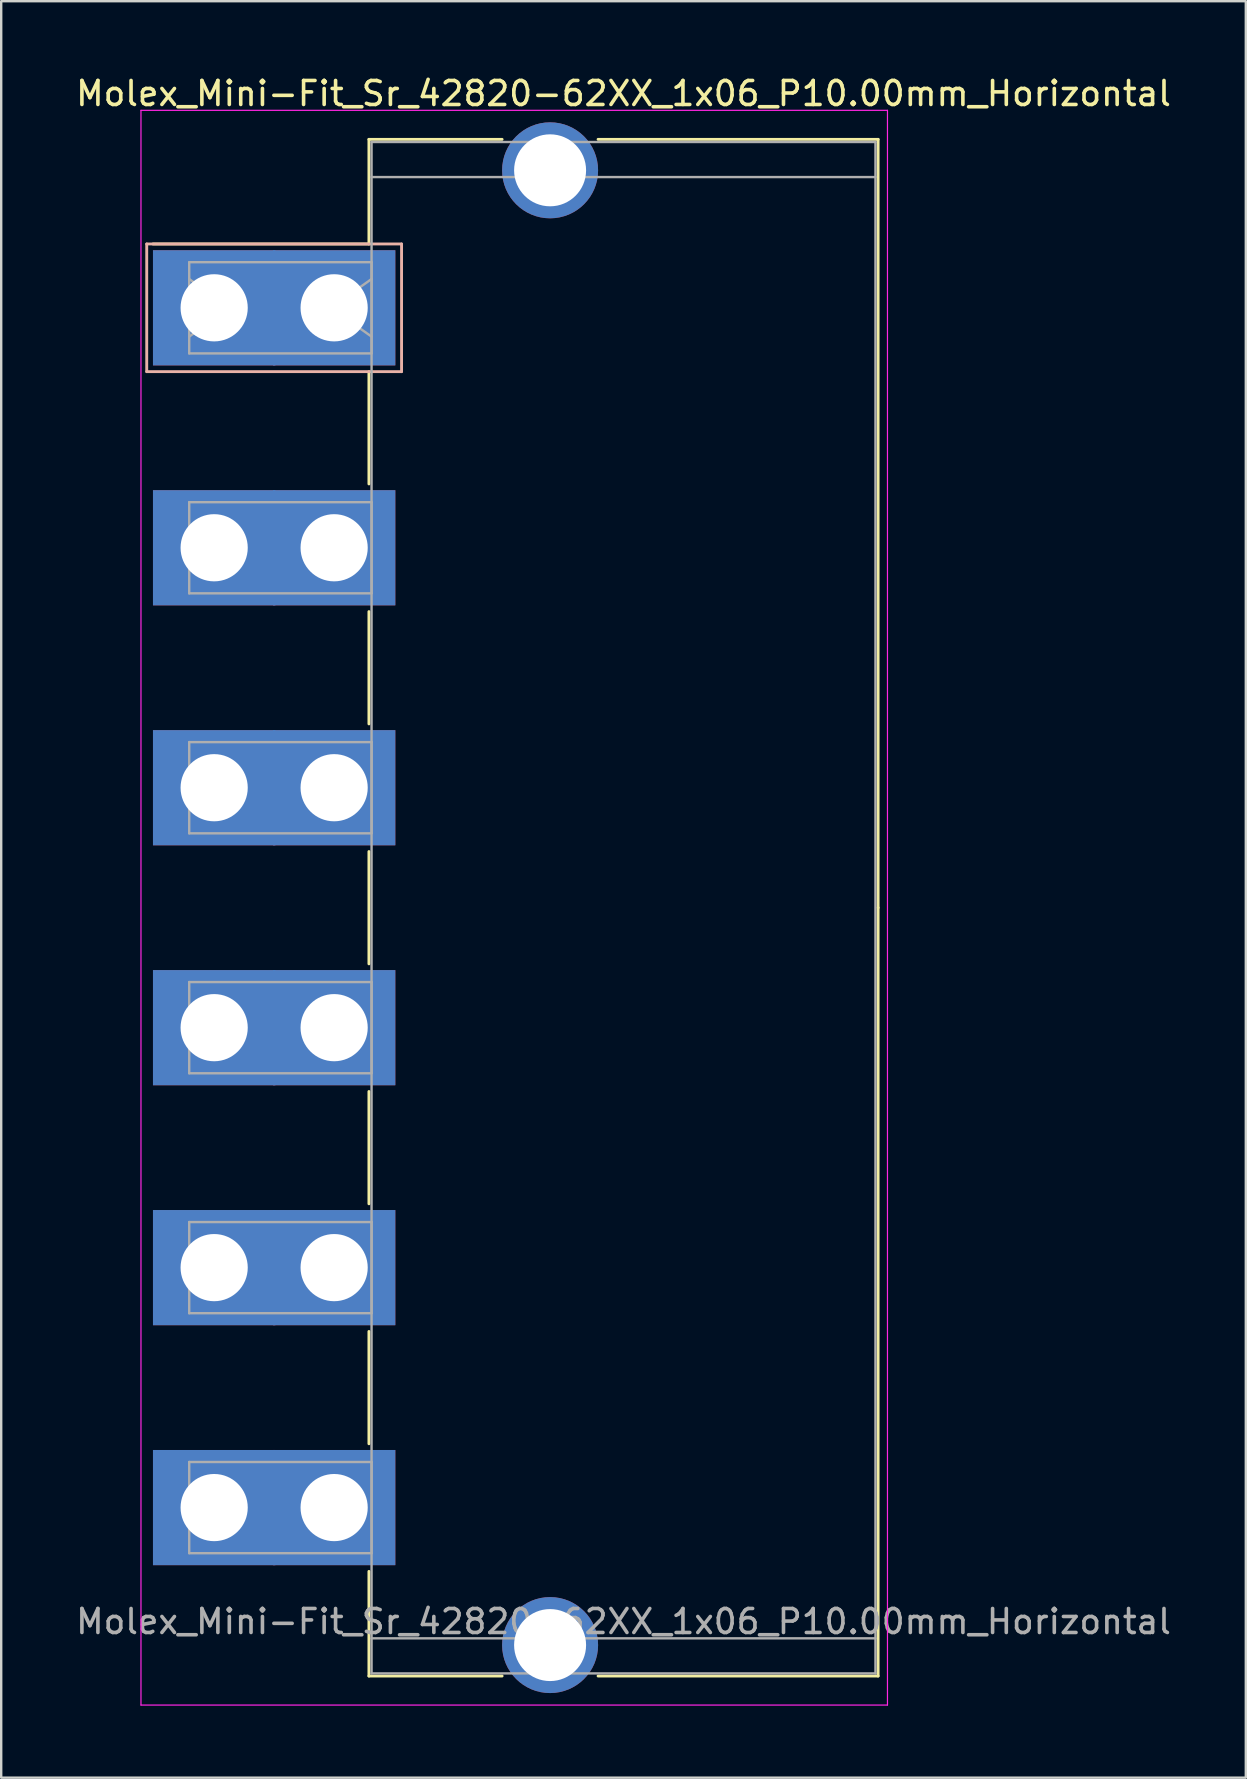
<source format=kicad_pcb>
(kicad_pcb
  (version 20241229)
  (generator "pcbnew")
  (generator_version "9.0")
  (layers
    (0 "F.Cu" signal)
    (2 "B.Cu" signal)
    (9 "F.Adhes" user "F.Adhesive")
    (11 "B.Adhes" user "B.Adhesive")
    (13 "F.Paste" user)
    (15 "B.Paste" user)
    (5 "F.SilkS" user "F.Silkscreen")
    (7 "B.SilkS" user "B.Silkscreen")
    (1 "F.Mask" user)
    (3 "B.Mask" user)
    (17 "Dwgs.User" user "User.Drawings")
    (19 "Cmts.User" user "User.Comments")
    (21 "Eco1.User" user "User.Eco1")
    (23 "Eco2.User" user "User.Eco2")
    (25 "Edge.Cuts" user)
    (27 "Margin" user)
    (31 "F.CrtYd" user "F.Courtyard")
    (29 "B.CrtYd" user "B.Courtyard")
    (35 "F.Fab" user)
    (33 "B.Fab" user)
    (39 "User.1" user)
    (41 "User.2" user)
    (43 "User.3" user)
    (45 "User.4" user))
  (footprint "Molex_Mini-Fit_Sr_42820-62XX_1x06_P10.00mm_Horizontal"
    (layer "F.Cu")
    (at 5.875 9.778)
    (property "Reference" "Molex_Mini-Fit_Sr_42820-62XX_1x06_P10.00mm_Horizontal" (at 17.06 -8.93 0) (layer "F.SilkS") (effects (font (size 1 1) (thickness 0.15))))
    (attr through_hole)
    (fp_line (start 6.45 -7.02) (end 12 -7.02) (stroke (width 0.12) (type solid)) (layer "F.SilkS"))
    (fp_line (start 6.45 -2.66) (end -2.55 -2.66) (stroke (width 0.12) (type solid)) (layer "F.SilkS"))
    (fp_line (start 6.45 -2.66) (end 6.45 -7.02) (stroke (width 0.12) (type solid)) (layer "F.SilkS"))
    (fp_line (start 6.45 2.66) (end 6.45 7.34) (stroke (width 0.12) (type solid)) (layer "F.SilkS"))
    (fp_line (start 6.45 12.66) (end 6.45 17.34) (stroke (width 0.12) (type solid)) (layer "F.SilkS"))
    (fp_line (start 6.45 22.66) (end 6.45 27.34) (stroke (width 0.12) (type solid)) (layer "F.SilkS"))
    (fp_line (start 6.45 32.66) (end 6.45 37.34) (stroke (width 0.12) (type solid)) (layer "F.SilkS"))
    (fp_line (start 6.45 42.66) (end 6.45 47.34) (stroke (width 0.12) (type solid)) (layer "F.SilkS"))
    (fp_line (start 6.45 52.66) (end 6.45 57.02) (stroke (width 0.12) (type solid)) (layer "F.SilkS"))
    (fp_line (start 6.45 57.02) (end 12 57.02) (stroke (width 0.12) (type solid)) (layer "F.SilkS"))
    (fp_line (start 16 -7.02) (end 27.67 -7.02) (stroke (width 0.12) (type solid)) (layer "F.SilkS"))
    (fp_line (start 16 57.02) (end 27.67 57.02) (stroke (width 0.12) (type solid)) (layer "F.SilkS"))
    (fp_line (start 27.67 -7.02) (end 27.67 25) (stroke (width 0.12) (type solid)) (layer "F.SilkS"))
    (fp_line (start 27.67 57.02) (end 27.67 25) (stroke (width 0.12) (type solid)) (layer "F.SilkS"))
    (fp_line (start -2.81 -2.66) (end -2.81 2.66) (stroke (width 0.12) (type solid)) (layer "B.SilkS"))
    (fp_line (start -2.81 2.66) (end 7.81 2.66) (stroke (width 0.12) (type solid)) (layer "B.SilkS"))
    (fp_line (start 7.81 -2.66) (end -2.81 -2.66) (stroke (width 0.12) (type solid)) (layer "B.SilkS"))
    (fp_line (start 7.81 2.66) (end 7.81 -2.66) (stroke (width 0.12) (type solid)) (layer "B.SilkS"))
    (fp_line (start -3.05 -8.23) (end -3.05 58.23) (stroke (width 0.05) (type solid)) (layer "F.CrtYd"))
    (fp_line (start -3.05 58.23) (end 28.06 58.23) (stroke (width 0.05) (type solid)) (layer "F.CrtYd"))
    (fp_line (start 28.06 -8.23) (end -3.05 -8.23) (stroke (width 0.05) (type solid)) (layer "F.CrtYd"))
    (fp_line (start 28.06 58.23) (end 28.06 -8.23) (stroke (width 0.05) (type solid)) (layer "F.CrtYd"))
    (fp_line (start -1.04 -1.9) (end 6.56 -1.9) (stroke (width 0.1) (type solid)) (layer "F.Fab"))
    (fp_line (start -1.04 -1.2) (end 0.657 0) (stroke (width 0.1) (type solid)) (layer "F.Fab"))
    (fp_line (start -1.04 1.9) (end -1.04 -1.9) (stroke (width 0.1) (type solid)) (layer "F.Fab"))
    (fp_line (start -1.04 8.1) (end 6.56 8.1) (stroke (width 0.1) (type solid)) (layer "F.Fab"))
    (fp_line (start -1.04 11.9) (end -1.04 8.1) (stroke (width 0.1) (type solid)) (layer "F.Fab"))
    (fp_line (start -1.04 18.1) (end 6.56 18.1) (stroke (width 0.1) (type solid)) (layer "F.Fab"))
    (fp_line (start -1.04 21.9) (end -1.04 18.1) (stroke (width 0.1) (type solid)) (layer "F.Fab"))
    (fp_line (start -1.04 28.1) (end 6.56 28.1) (stroke (width 0.1) (type solid)) (layer "F.Fab"))
    (fp_line (start -1.04 31.9) (end -1.04 28.1) (stroke (width 0.1) (type solid)) (layer "F.Fab"))
    (fp_line (start -1.04 38.1) (end 6.56 38.1) (stroke (width 0.1) (type solid)) (layer "F.Fab"))
    (fp_line (start -1.04 41.9) (end -1.04 38.1) (stroke (width 0.1) (type solid)) (layer "F.Fab"))
    (fp_line (start -1.04 48.1) (end 6.56 48.1) (stroke (width 0.1) (type solid)) (layer "F.Fab"))
    (fp_line (start -1.04 51.9) (end -1.04 48.1) (stroke (width 0.1) (type solid)) (layer "F.Fab"))
    (fp_line (start 0.657 0) (end -1.04 1.2) (stroke (width 0.1) (type solid)) (layer "F.Fab"))
    (fp_line (start 4.863 0) (end 6.56 1.2) (stroke (width 0.1) (type solid)) (layer "F.Fab"))
    (fp_line (start 6.56 -6.91) (end 6.56 56.91) (stroke (width 0.1) (type solid)) (layer "F.Fab"))
    (fp_line (start 6.56 -5.45) (end 27.56 -5.45) (stroke (width 0.1) (type solid)) (layer "F.Fab"))
    (fp_line (start 6.56 -1.9) (end 6.56 1.9) (stroke (width 0.1) (type solid)) (layer "F.Fab"))
    (fp_line (start 6.56 -1.2) (end 4.863 0) (stroke (width 0.1) (type solid)) (layer "F.Fab"))
    (fp_line (start 6.56 1.9) (end -1.04 1.9) (stroke (width 0.1) (type solid)) (layer "F.Fab"))
    (fp_line (start 6.56 8.1) (end 6.56 11.9) (stroke (width 0.1) (type solid)) (layer "F.Fab"))
    (fp_line (start 6.56 11.9) (end -1.04 11.9) (stroke (width 0.1) (type solid)) (layer "F.Fab"))
    (fp_line (start 6.56 18.1) (end 6.56 21.9) (stroke (width 0.1) (type solid)) (layer "F.Fab"))
    (fp_line (start 6.56 21.9) (end -1.04 21.9) (stroke (width 0.1) (type solid)) (layer "F.Fab"))
    (fp_line (start 6.56 28.1) (end 6.56 31.9) (stroke (width 0.1) (type solid)) (layer "F.Fab"))
    (fp_line (start 6.56 31.9) (end -1.04 31.9) (stroke (width 0.1) (type solid)) (layer "F.Fab"))
    (fp_line (start 6.56 38.1) (end 6.56 41.9) (stroke (width 0.1) (type solid)) (layer "F.Fab"))
    (fp_line (start 6.56 41.9) (end -1.04 41.9) (stroke (width 0.1) (type solid)) (layer "F.Fab"))
    (fp_line (start 6.56 48.1) (end 6.56 51.9) (stroke (width 0.1) (type solid)) (layer "F.Fab"))
    (fp_line (start 6.56 51.9) (end -1.04 51.9) (stroke (width 0.1) (type solid)) (layer "F.Fab"))
    (fp_line (start 6.56 55.45) (end 27.56 55.45) (stroke (width 0.1) (type solid)) (layer "F.Fab"))
    (fp_line (start 6.56 56.91) (end 27.56 56.91) (stroke (width 0.1) (type solid)) (layer "F.Fab"))
    (fp_line (start 27.56 -6.91) (end 6.56 -6.91) (stroke (width 0.1) (type solid)) (layer "F.Fab"))
    (fp_line (start 27.56 56.91) (end 27.56 -6.91) (stroke (width 0.1) (type solid)) (layer "F.Fab"))
    (fp_text user "${REFERENCE}" (at 17.06 54.75 0) (layer "F.Fab") (effects (font (size 1 1) (thickness 0.15))))
    (pad "" thru_hole circle (at 14 -5.73) (size 4 4) (drill 3) (layers "*.Cu" "*.Mask"))
    (pad "" thru_hole circle (at 14 55.73) (size 4 4) (drill 3) (layers "*.Cu" "*.Mask"))
    (pad "1" thru_hole rect (at 0 0) (size 5.1 4.8) (drill 2.8) (layers "*.Cu" "*.Mask"))
    (pad "1" thru_hole rect (at 5 0) (size 5.1 4.8) (drill 2.8) (layers "*.Cu" "*.Mask"))
    (pad "2" thru_hole rect (at 0 10) (size 5.1 4.8) (drill 2.8) (layers "*.Cu" "*.Mask"))
    (pad "2" thru_hole rect (at 5 10) (size 5.1 4.8) (drill 2.8) (layers "*.Cu" "*.Mask"))
    (pad "3" thru_hole rect (at 0 20) (size 5.1 4.8) (drill 2.8) (layers "*.Cu" "*.Mask"))
    (pad "3" thru_hole rect (at 5 20) (size 5.1 4.8) (drill 2.8) (layers "*.Cu" "*.Mask"))
    (pad "4" thru_hole rect (at 0 30) (size 5.1 4.8) (drill 2.8) (layers "*.Cu" "*.Mask"))
    (pad "4" thru_hole rect (at 5 30) (size 5.1 4.8) (drill 2.8) (layers "*.Cu" "*.Mask"))
    (pad "5" thru_hole rect (at 0 40) (size 5.1 4.8) (drill 2.8) (layers "*.Cu" "*.Mask"))
    (pad "5" thru_hole rect (at 5 40) (size 5.1 4.8) (drill 2.8) (layers "*.Cu" "*.Mask"))
    (pad "6" thru_hole rect (at 0 50) (size 5.1 4.8) (drill 2.8) (layers "*.Cu" "*.Mask"))
    (pad "6" thru_hole rect (at 5 50) (size 5.1 4.8) (drill 2.8) (layers "*.Cu" "*.Mask")))
  (gr_rect
    (start -3 -3)
    (end 48.869 71.033)
    (stroke (width 0.1) (type default))
    (fill no)
    (layer "Edge.Cuts")))
</source>
